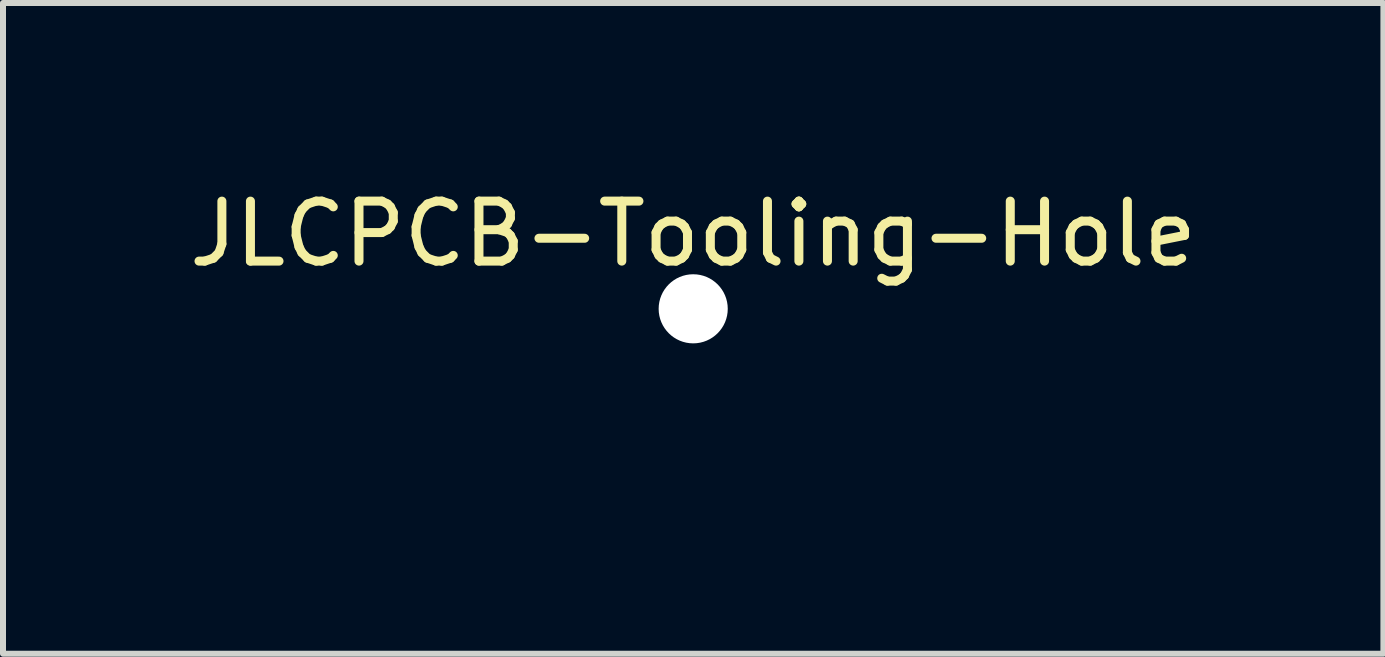
<source format=kicad_pcb>
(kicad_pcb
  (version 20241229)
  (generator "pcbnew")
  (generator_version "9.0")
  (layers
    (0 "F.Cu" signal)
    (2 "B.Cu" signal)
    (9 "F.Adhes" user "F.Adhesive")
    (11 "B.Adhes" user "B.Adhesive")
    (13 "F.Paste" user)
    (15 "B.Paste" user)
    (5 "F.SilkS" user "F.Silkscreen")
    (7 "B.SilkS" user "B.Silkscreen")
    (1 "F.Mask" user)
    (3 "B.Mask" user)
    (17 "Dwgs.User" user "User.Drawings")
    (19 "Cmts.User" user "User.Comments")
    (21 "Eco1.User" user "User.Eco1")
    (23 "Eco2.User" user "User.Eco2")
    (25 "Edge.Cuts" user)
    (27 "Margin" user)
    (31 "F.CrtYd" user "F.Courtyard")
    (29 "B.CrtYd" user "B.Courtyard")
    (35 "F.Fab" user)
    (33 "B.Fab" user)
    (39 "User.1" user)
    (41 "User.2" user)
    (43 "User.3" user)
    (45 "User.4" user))
  (footprint "JLCPCB-Tooling-Hole"
    (layer "F.Cu")
    (at 8.506 4.598)
    (property "Reference" "JLCPCB-Tooling-Hole" (at 0 -3.75 0) (layer "F.SilkS") (effects (font (size 1 1) (thickness 0.15))))
    (attr through_hole)
    (pad "" np_thru_hole circle (at 0 -2.5) (size 1.152 1.152) (drill 1.152) (layers "*.Cu" "*.Mask")))
  (gr_rect
    (start -3 -3)
    (end 20.012 7.848)
    (stroke (width 0.1) (type default))
    (fill no)
    (layer "Edge.Cuts")))
</source>
